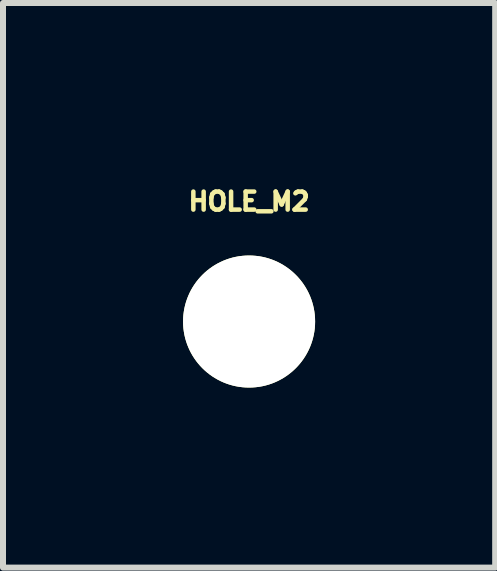
<source format=kicad_pcb>
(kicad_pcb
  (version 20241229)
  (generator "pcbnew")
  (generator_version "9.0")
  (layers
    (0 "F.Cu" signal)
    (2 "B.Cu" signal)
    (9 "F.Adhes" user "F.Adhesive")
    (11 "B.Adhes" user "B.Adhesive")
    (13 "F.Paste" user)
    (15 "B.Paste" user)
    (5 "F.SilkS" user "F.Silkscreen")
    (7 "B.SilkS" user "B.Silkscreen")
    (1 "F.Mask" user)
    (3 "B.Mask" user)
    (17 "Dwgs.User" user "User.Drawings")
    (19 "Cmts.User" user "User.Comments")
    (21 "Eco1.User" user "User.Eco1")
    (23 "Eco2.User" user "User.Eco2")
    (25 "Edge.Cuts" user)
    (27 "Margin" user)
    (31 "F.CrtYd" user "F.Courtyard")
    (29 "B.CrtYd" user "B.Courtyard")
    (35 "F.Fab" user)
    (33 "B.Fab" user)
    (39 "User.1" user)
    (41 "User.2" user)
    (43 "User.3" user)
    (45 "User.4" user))
  (footprint "HOLE_M2"
    (layer "F.Cu")
    (at 1.1 2.307)
    (property "Reference" "HOLE_M2" (at 0 -2 0) (layer "F.SilkS") (effects (font (size 0.3 0.3) (thickness 0.075))))
    (attr through_hole)
    (pad "" np_thru_hole circle (at 0 0) (size 2.2 2.2) (drill 2.2) (layers "*.Cu" "*.Mask" "F.SilkS")))
  (gr_rect
    (start -3 -3)
    (end 5.2 6.407)
    (stroke (width 0.1) (type default))
    (fill no)
    (layer "Edge.Cuts")))
</source>
